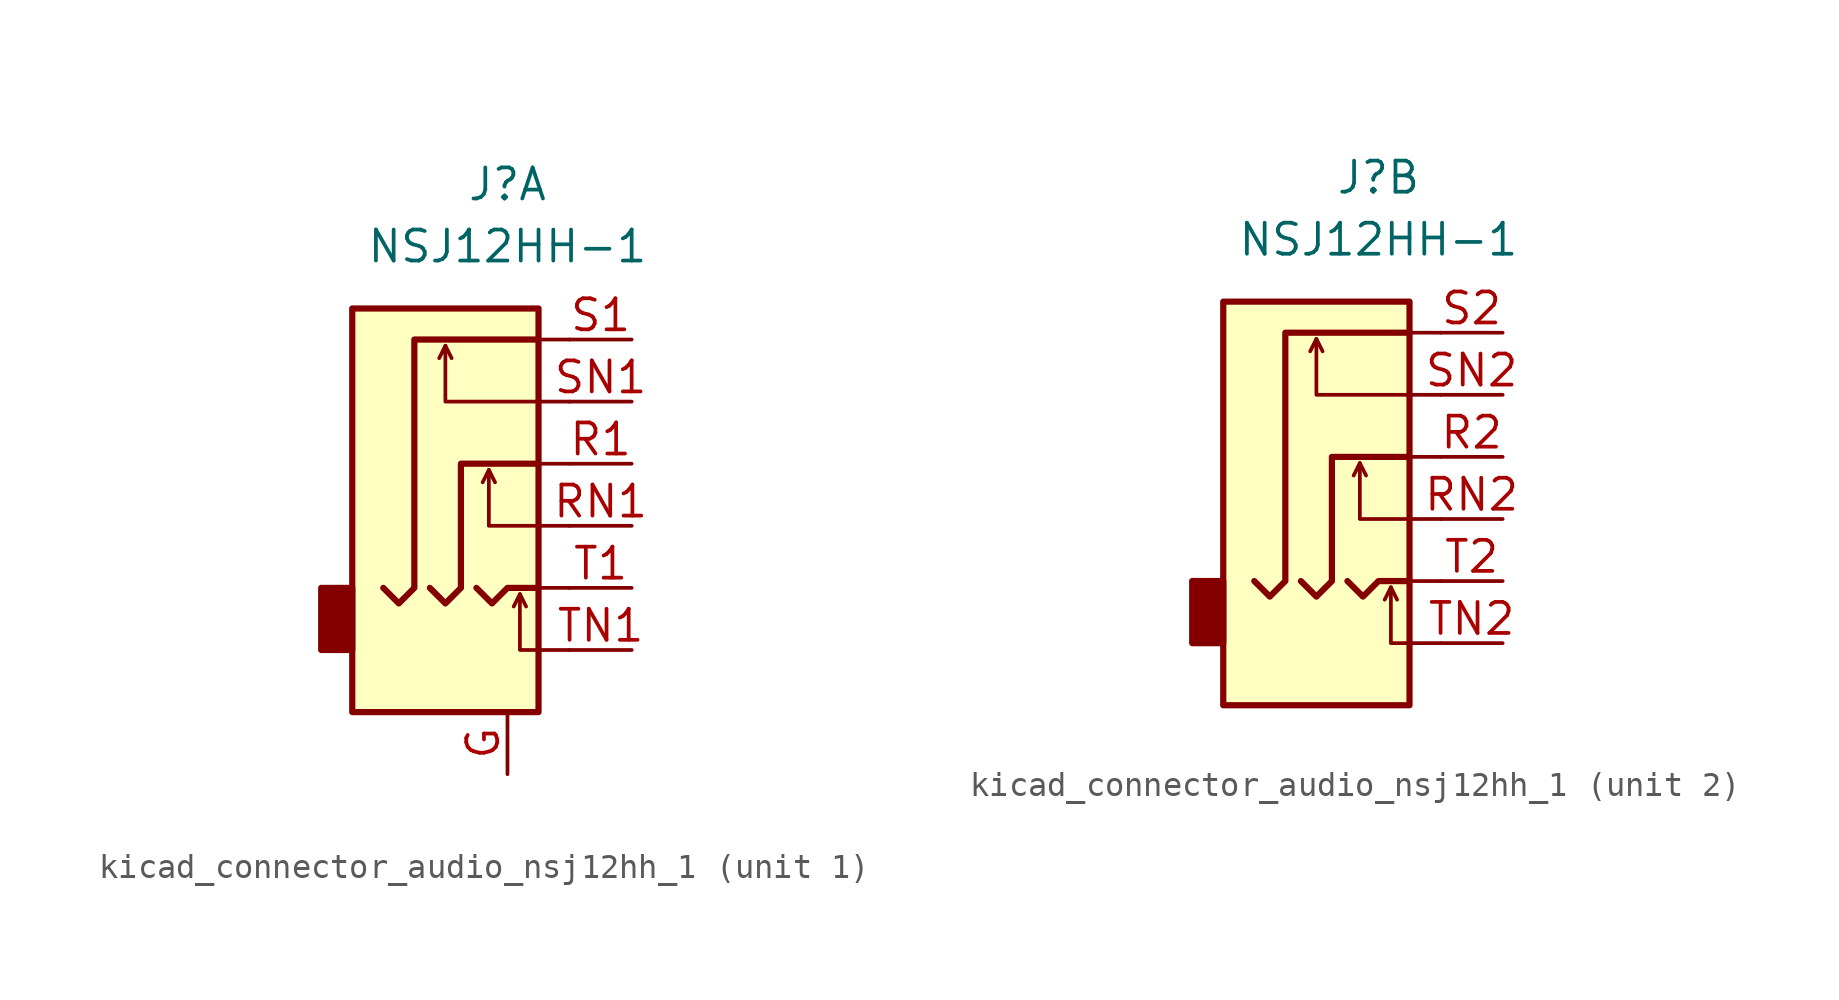
<source format=kicad_sym>
(kicad_symbol_lib
  (version 20220914)
  (generator kicad_symbol_editor)
  (symbol "kicad_connector_audio_nsj12hh_1"
    (property "Reference" "J"
      (at 0 11.43 0)
      (effects (font (size 1.27 1.27))))
    (property "Value" "NSJ12HH-1"
      (at 0 8.89 0)
      (effects (font (size 1.27 1.27))))
    (symbol "kicad_connector_audio_nsj12hh_1_0_1"
      (rectangle (start -6.35 -5.08) (end -7.62 -7.62) (stroke (width 0.254) (type default)) (fill (type outline)))
      (polyline (pts (xy -2.54 4.826) (xy -2.286 4.318)) (stroke (width 0) (type default)) (fill (type none)))
      (polyline (pts (xy -0.762 -0.254) (xy -0.508 -0.762)) (stroke (width 0) (type default)) (fill (type none)))
      (polyline (pts (xy 0.508 -5.334) (xy 0.762 -5.842)) (stroke (width 0) (type default)) (fill (type none)))
      (polyline (pts (xy 1.27 0) (xy 2.54 0)) (stroke (width 0) (type default)) (fill (type none)))
      (polyline (pts (xy 2.54 -5.08) (xy 1.27 -5.08)) (stroke (width 0) (type default)) (fill (type none)))
      (polyline (pts (xy 2.54 5.08) (xy 1.27 5.08)) (stroke (width 0) (type default)) (fill (type none)))
      (polyline (pts (xy -1.27 -5.08) (xy -0.635 -5.715) (xy 0 -5.08) (xy 1.27 -5.08)) (stroke (width 0.254) (type default)) (fill (type none)))
      (polyline (pts (xy 2.54 -7.62) (xy 0.508 -7.62) (xy 0.508 -5.334) (xy 0.254 -5.842)) (stroke (width 0) (type default)) (fill (type none)))
      (polyline (pts (xy 2.54 -2.54) (xy -0.762 -2.54) (xy -0.762 -0.254) (xy -1.016 -0.762)) (stroke (width 0) (type default)) (fill (type none)))
      (polyline (pts (xy 2.54 2.54) (xy -2.54 2.54) (xy -2.54 4.826) (xy -2.794 4.318)) (stroke (width 0) (type default)) (fill (type none)))
      (polyline (pts (xy -3.175 -5.08) (xy -2.54 -5.715) (xy -1.905 -5.08) (xy -1.905 0) (xy 1.27 0)) (stroke (width 0.254) (type default)) (fill (type none)))
      (polyline (pts (xy 1.27 5.08) (xy -3.81 5.08) (xy -3.81 -5.08) (xy -4.445 -5.715) (xy -5.08 -5.08)) (stroke (width 0.254) (type default)) (fill (type none)))
      (rectangle (start 1.27 6.35) (end -6.35 -10.16) (stroke (width 0.254) (type default)) (fill (type background))))
    (symbol "kicad_connector_audio_nsj12hh_1_1_1"
      (pin passive line (at 0 -12.7 90) (length 2.54) (name "~" (effects (font (size 1.27 1.27)))) (number "G" (effects (font (size 1.27 1.27)))))
      (pin passive line (at 5.08 0 180) (length 2.54) (name "~" (effects (font (size 1.27 1.27)))) (number "R1" (effects (font (size 1.27 1.27)))))
      (pin passive line (at 5.08 -2.54 180) (length 2.54) (name "~" (effects (font (size 1.27 1.27)))) (number "RN1" (effects (font (size 1.27 1.27)))))
      (pin passive line (at 5.08 5.08 180) (length 2.54) (name "~" (effects (font (size 1.27 1.27)))) (number "S1" (effects (font (size 1.27 1.27)))))
      (pin passive line (at 5.08 2.54 180) (length 2.54) (name "~" (effects (font (size 1.27 1.27)))) (number "SN1" (effects (font (size 1.27 1.27)))))
      (pin passive line (at 5.08 -5.08 180) (length 2.54) (name "~" (effects (font (size 1.27 1.27)))) (number "T1" (effects (font (size 1.27 1.27)))))
      (pin passive line (at 5.08 -7.62 180) (length 2.54) (name "~" (effects (font (size 1.27 1.27)))) (number "TN1" (effects (font (size 1.27 1.27))))))
    (symbol "kicad_connector_audio_nsj12hh_1_2_1"
      (pin passive line (at 5.08 0 180) (length 2.54) (name "~" (effects (font (size 1.27 1.27)))) (number "R2" (effects (font (size 1.27 1.27)))))
      (pin passive line (at 5.08 -2.54 180) (length 2.54) (name "~" (effects (font (size 1.27 1.27)))) (number "RN2" (effects (font (size 1.27 1.27)))))
      (pin passive line (at 5.08 5.08 180) (length 2.54) (name "~" (effects (font (size 1.27 1.27)))) (number "S2" (effects (font (size 1.27 1.27)))))
      (pin passive line (at 5.08 2.54 180) (length 2.54) (name "~" (effects (font (size 1.27 1.27)))) (number "SN2" (effects (font (size 1.27 1.27)))))
      (pin passive line (at 5.08 -5.08 180) (length 2.54) (name "~" (effects (font (size 1.27 1.27)))) (number "T2" (effects (font (size 1.27 1.27)))))
      (pin passive line (at 5.08 -7.62 180) (length 2.54) (name "~" (effects (font (size 1.27 1.27)))) (number "TN2" (effects (font (size 1.27 1.27))))))))
</source>
